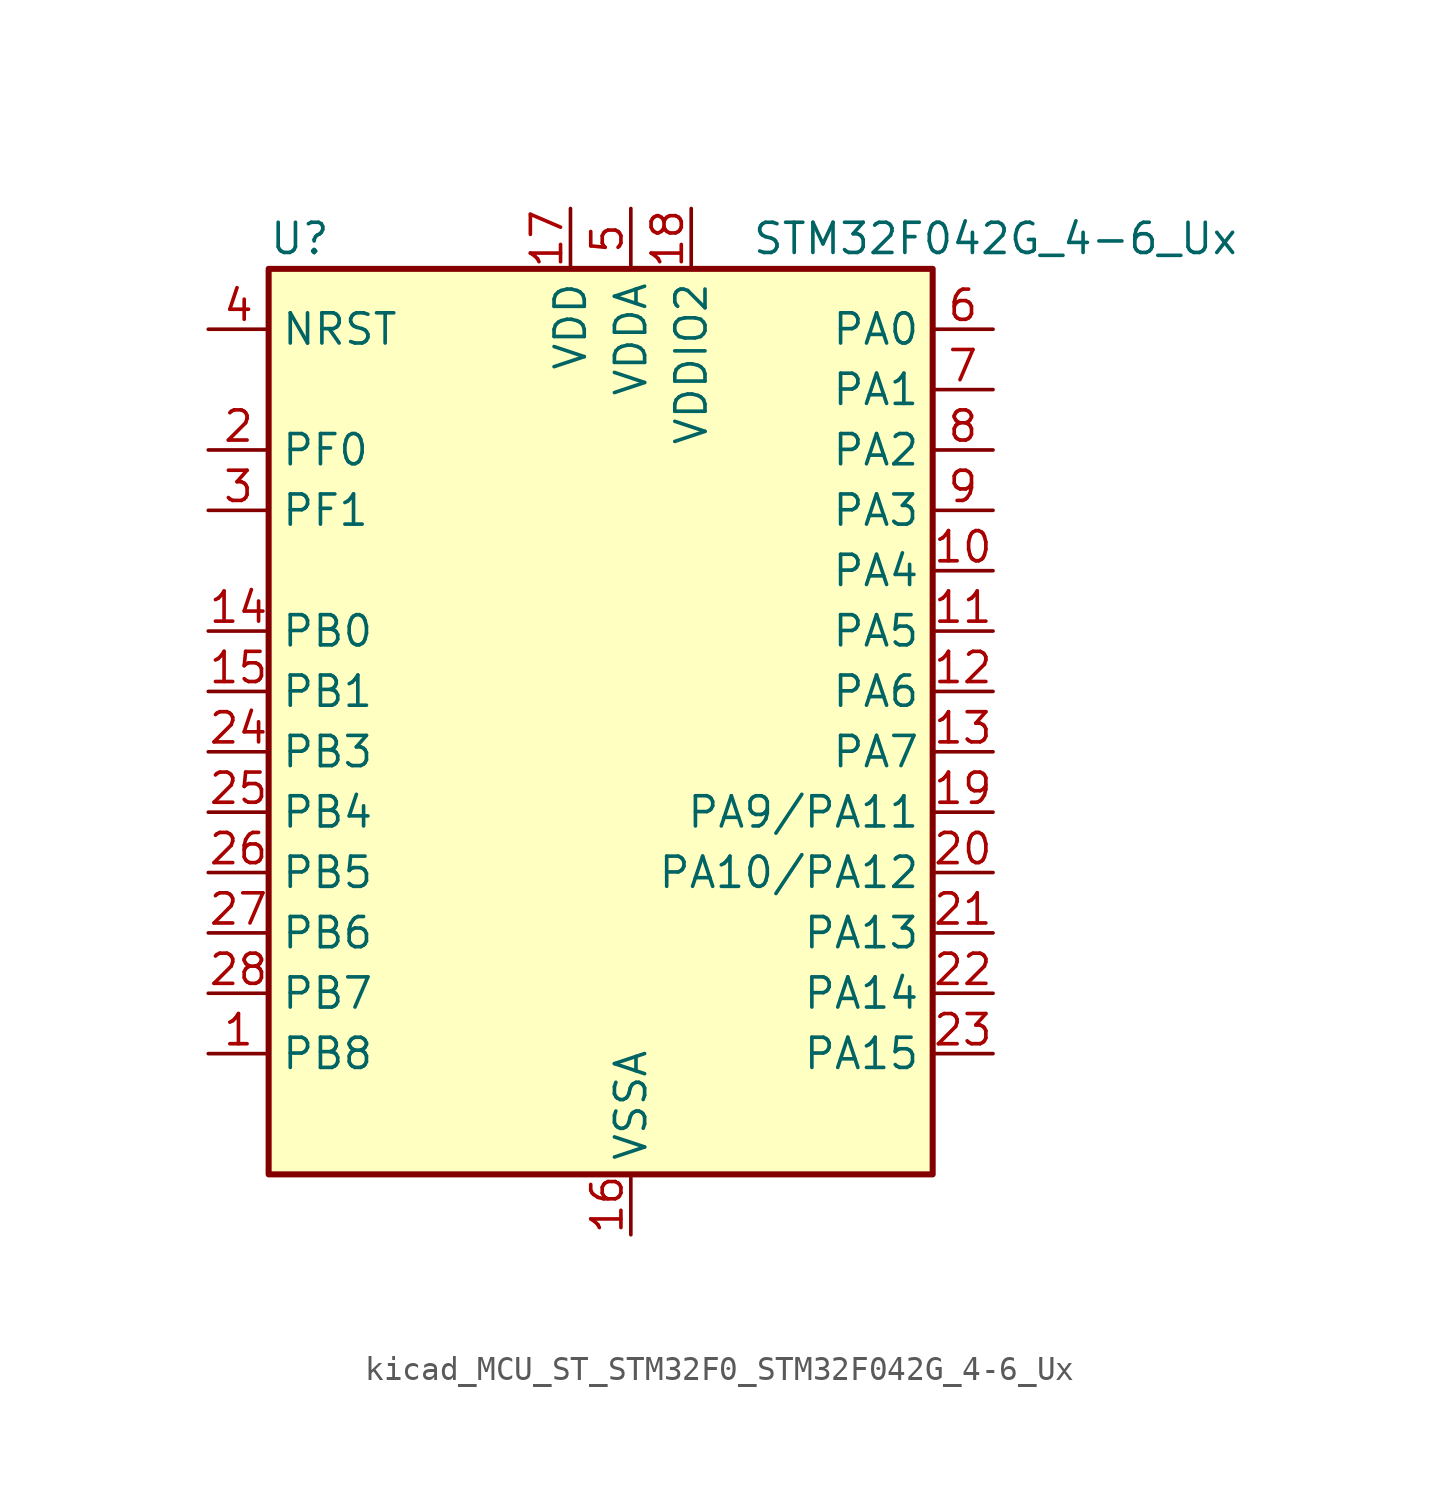
<source format=kicad_sym>
(kicad_symbol_lib
  (version 20220914)
  (generator kicad_symbol_editor)
  (symbol "kicad_MCU_ST_STM32F0_STM32F042G_4-6_Ux"
    (property "Reference" "U"
      (at -12.7 21.59 0)
      (effects (font (size 1.27 1.27)) (justify left)))
    (property "Value" "STM32F042G_4-6_Ux"
      (at 7.62 21.59 0)
      (effects (font (size 1.27 1.27)) (justify left)))
    (property "ki_locked" ""
      (at 0 0 0)
      (effects (font (size 1.27 1.27))))
    (symbol "kicad_MCU_ST_STM32F0_STM32F042G_4-6_Ux_0_1"
      (rectangle (start -12.7 -17.78) (end 15.24 20.32) (stroke (width 0.254) (type default)) (fill (type background))))
    (symbol "kicad_MCU_ST_STM32F0_STM32F042G_4-6_Ux_1_1"
      (pin bidirectional line (at -15.24 -12.7 0) (length 2.54) (name "PB8" (effects (font (size 1.27 1.27)))) (number "1" (effects (font (size 1.27 1.27)))) (alternate "CAN_RX" bidirectional line) (alternate "CEC" bidirectional line) (alternate "I2C1_SCL" bidirectional line) (alternate "TIM16_CH1" bidirectional line) (alternate "TSC_SYNC" bidirectional line))
      (pin bidirectional line (at 17.78 7.62 180) (length 2.54) (name "PA4" (effects (font (size 1.27 1.27)))) (number "10" (effects (font (size 1.27 1.27)))) (alternate "ADC_IN4" bidirectional line) (alternate "I2S1_WS" bidirectional line) (alternate "SPI1_NSS" bidirectional line) (alternate "TIM14_CH1" bidirectional line) (alternate "TSC_G2_IO1" bidirectional line) (alternate "USART2_CK" bidirectional line) (alternate "USB_NOE" bidirectional line))
      (pin bidirectional line (at 17.78 5.08 180) (length 2.54) (name "PA5" (effects (font (size 1.27 1.27)))) (number "11" (effects (font (size 1.27 1.27)))) (alternate "ADC_IN5" bidirectional line) (alternate "CEC" bidirectional line) (alternate "I2S1_CK" bidirectional line) (alternate "SPI1_SCK" bidirectional line) (alternate "TIM2_CH1" bidirectional line) (alternate "TIM2_ETR" bidirectional line) (alternate "TSC_G2_IO2" bidirectional line))
      (pin bidirectional line (at 17.78 2.54 180) (length 2.54) (name "PA6" (effects (font (size 1.27 1.27)))) (number "12" (effects (font (size 1.27 1.27)))) (alternate "ADC_IN6" bidirectional line) (alternate "I2S1_MCK" bidirectional line) (alternate "SPI1_MISO" bidirectional line) (alternate "TIM16_CH1" bidirectional line) (alternate "TIM1_BKIN" bidirectional line) (alternate "TIM3_CH1" bidirectional line) (alternate "TSC_G2_IO3" bidirectional line))
      (pin bidirectional line (at 17.78 0 180) (length 2.54) (name "PA7" (effects (font (size 1.27 1.27)))) (number "13" (effects (font (size 1.27 1.27)))) (alternate "ADC_IN7" bidirectional line) (alternate "I2S1_SD" bidirectional line) (alternate "SPI1_MOSI" bidirectional line) (alternate "TIM14_CH1" bidirectional line) (alternate "TIM17_CH1" bidirectional line) (alternate "TIM1_CH1N" bidirectional line) (alternate "TIM3_CH2" bidirectional line) (alternate "TSC_G2_IO4" bidirectional line))
      (pin bidirectional line (at -15.24 5.08 0) (length 2.54) (name "PB0" (effects (font (size 1.27 1.27)))) (number "14" (effects (font (size 1.27 1.27)))) (alternate "ADC_IN8" bidirectional line) (alternate "TIM1_CH2N" bidirectional line) (alternate "TIM3_CH3" bidirectional line) (alternate "TSC_G3_IO2" bidirectional line))
      (pin bidirectional line (at -15.24 2.54 0) (length 2.54) (name "PB1" (effects (font (size 1.27 1.27)))) (number "15" (effects (font (size 1.27 1.27)))) (alternate "ADC_IN9" bidirectional line) (alternate "TIM14_CH1" bidirectional line) (alternate "TIM1_CH3N" bidirectional line) (alternate "TIM3_CH4" bidirectional line) (alternate "TSC_G3_IO3" bidirectional line))
      (pin power_in line (at 2.54 -20.32 90) (length 2.54) (name "VSSA" (effects (font (size 1.27 1.27)))) (number "16" (effects (font (size 1.27 1.27)))))
      (pin power_in line (at 0 22.86 270) (length 2.54) (name "VDD" (effects (font (size 1.27 1.27)))) (number "17" (effects (font (size 1.27 1.27)))))
      (pin power_in line (at 5.08 22.86 270) (length 2.54) (name "VDDIO2" (effects (font (size 1.27 1.27)))) (number "18" (effects (font (size 1.27 1.27)))))
      (pin bidirectional line (at 17.78 -2.54 180) (length 2.54) (name "PA9/PA11" (effects (font (size 1.27 1.27)))) (number "19" (effects (font (size 1.27 1.27)))) (alternate "I2C1_SCL" bidirectional line) (alternate "TIM1_CH2" bidirectional line) (alternate "TSC_G4_IO1" bidirectional line) (alternate "USART1_TX" bidirectional line))
      (pin bidirectional line (at -15.24 12.7 0) (length 2.54) (name "PF0" (effects (font (size 1.27 1.27)))) (number "2" (effects (font (size 1.27 1.27)))) (alternate "CRS_SYNC" bidirectional line) (alternate "I2C1_SDA" bidirectional line) (alternate "RCC_OSC_IN" bidirectional line))
      (pin bidirectional line (at 17.78 -5.08 180) (length 2.54) (name "PA10/PA12" (effects (font (size 1.27 1.27)))) (number "20" (effects (font (size 1.27 1.27)))) (alternate "I2C1_SDA" bidirectional line) (alternate "TIM17_BKIN" bidirectional line) (alternate "TIM1_CH3" bidirectional line) (alternate "TSC_G4_IO2" bidirectional line) (alternate "USART1_RX" bidirectional line))
      (pin bidirectional line (at 17.78 -7.62 180) (length 2.54) (name "PA13" (effects (font (size 1.27 1.27)))) (number "21" (effects (font (size 1.27 1.27)))) (alternate "IR_OUT" bidirectional line) (alternate "SYS_SWDIO" bidirectional line) (alternate "USB_NOE" bidirectional line))
      (pin bidirectional line (at 17.78 -10.16 180) (length 2.54) (name "PA14" (effects (font (size 1.27 1.27)))) (number "22" (effects (font (size 1.27 1.27)))) (alternate "SYS_SWCLK" bidirectional line) (alternate "USART2_TX" bidirectional line))
      (pin bidirectional line (at 17.78 -12.7 180) (length 2.54) (name "PA15" (effects (font (size 1.27 1.27)))) (number "23" (effects (font (size 1.27 1.27)))) (alternate "I2S1_WS" bidirectional line) (alternate "SPI1_NSS" bidirectional line) (alternate "TIM2_CH1" bidirectional line) (alternate "TIM2_ETR" bidirectional line) (alternate "USART2_RX" bidirectional line) (alternate "USB_NOE" bidirectional line))
      (pin bidirectional line (at -15.24 0 0) (length 2.54) (name "PB3" (effects (font (size 1.27 1.27)))) (number "24" (effects (font (size 1.27 1.27)))) (alternate "I2S1_CK" bidirectional line) (alternate "SPI1_SCK" bidirectional line) (alternate "TIM2_CH2" bidirectional line) (alternate "TSC_G5_IO1" bidirectional line))
      (pin bidirectional line (at -15.24 -2.54 0) (length 2.54) (name "PB4" (effects (font (size 1.27 1.27)))) (number "25" (effects (font (size 1.27 1.27)))) (alternate "I2S1_MCK" bidirectional line) (alternate "SPI1_MISO" bidirectional line) (alternate "TIM17_BKIN" bidirectional line) (alternate "TIM3_CH1" bidirectional line) (alternate "TSC_G5_IO2" bidirectional line))
      (pin bidirectional line (at -15.24 -5.08 0) (length 2.54) (name "PB5" (effects (font (size 1.27 1.27)))) (number "26" (effects (font (size 1.27 1.27)))) (alternate "I2C1_SMBA" bidirectional line) (alternate "I2S1_SD" bidirectional line) (alternate "SPI1_MOSI" bidirectional line) (alternate "SYS_WKUP6" bidirectional line) (alternate "TIM16_BKIN" bidirectional line) (alternate "TIM3_CH2" bidirectional line))
      (pin bidirectional line (at -15.24 -7.62 0) (length 2.54) (name "PB6" (effects (font (size 1.27 1.27)))) (number "27" (effects (font (size 1.27 1.27)))) (alternate "I2C1_SCL" bidirectional line) (alternate "TIM16_CH1N" bidirectional line) (alternate "TSC_G5_IO3" bidirectional line) (alternate "USART1_TX" bidirectional line))
      (pin bidirectional line (at -15.24 -10.16 0) (length 2.54) (name "PB7" (effects (font (size 1.27 1.27)))) (number "28" (effects (font (size 1.27 1.27)))) (alternate "I2C1_SDA" bidirectional line) (alternate "TIM17_CH1N" bidirectional line) (alternate "TSC_G5_IO4" bidirectional line) (alternate "USART1_RX" bidirectional line))
      (pin bidirectional line (at -15.24 10.16 0) (length 2.54) (name "PF1" (effects (font (size 1.27 1.27)))) (number "3" (effects (font (size 1.27 1.27)))) (alternate "I2C1_SCL" bidirectional line) (alternate "RCC_OSC_OUT" bidirectional line))
      (pin input line (at -15.24 17.78 0) (length 2.54) (name "NRST" (effects (font (size 1.27 1.27)))) (number "4" (effects (font (size 1.27 1.27)))))
      (pin power_in line (at 2.54 22.86 270) (length 2.54) (name "VDDA" (effects (font (size 1.27 1.27)))) (number "5" (effects (font (size 1.27 1.27)))))
      (pin bidirectional line (at 17.78 17.78 180) (length 2.54) (name "PA0" (effects (font (size 1.27 1.27)))) (number "6" (effects (font (size 1.27 1.27)))) (alternate "ADC_IN0" bidirectional line) (alternate "RTC_TAMP2" bidirectional line) (alternate "SYS_WKUP1" bidirectional line) (alternate "TIM2_CH1" bidirectional line) (alternate "TIM2_ETR" bidirectional line) (alternate "TSC_G1_IO1" bidirectional line) (alternate "USART2_CTS" bidirectional line))
      (pin bidirectional line (at 17.78 15.24 180) (length 2.54) (name "PA1" (effects (font (size 1.27 1.27)))) (number "7" (effects (font (size 1.27 1.27)))) (alternate "ADC_IN1" bidirectional line) (alternate "TIM2_CH2" bidirectional line) (alternate "TSC_G1_IO2" bidirectional line) (alternate "USART2_DE" bidirectional line) (alternate "USART2_RTS" bidirectional line))
      (pin bidirectional line (at 17.78 12.7 180) (length 2.54) (name "PA2" (effects (font (size 1.27 1.27)))) (number "8" (effects (font (size 1.27 1.27)))) (alternate "ADC_IN2" bidirectional line) (alternate "SYS_WKUP4" bidirectional line) (alternate "TIM2_CH3" bidirectional line) (alternate "TSC_G1_IO3" bidirectional line) (alternate "USART2_TX" bidirectional line))
      (pin bidirectional line (at 17.78 10.16 180) (length 2.54) (name "PA3" (effects (font (size 1.27 1.27)))) (number "9" (effects (font (size 1.27 1.27)))) (alternate "ADC_IN3" bidirectional line) (alternate "TIM2_CH4" bidirectional line) (alternate "TSC_G1_IO4" bidirectional line) (alternate "USART2_RX" bidirectional line)))))
</source>
